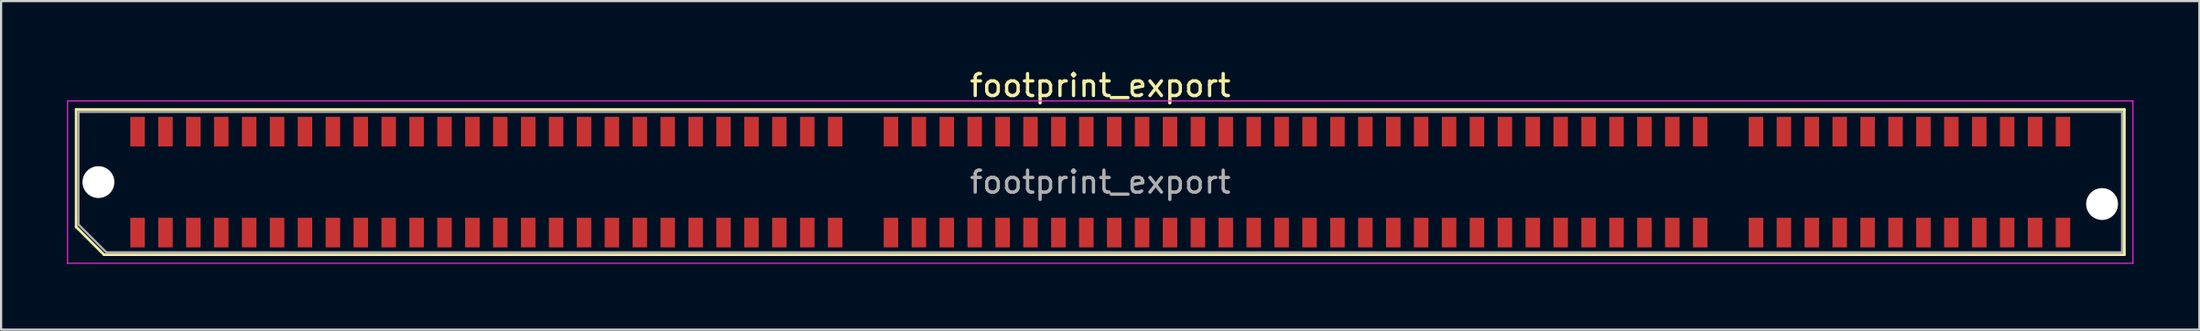
<source format=kicad_pcb>
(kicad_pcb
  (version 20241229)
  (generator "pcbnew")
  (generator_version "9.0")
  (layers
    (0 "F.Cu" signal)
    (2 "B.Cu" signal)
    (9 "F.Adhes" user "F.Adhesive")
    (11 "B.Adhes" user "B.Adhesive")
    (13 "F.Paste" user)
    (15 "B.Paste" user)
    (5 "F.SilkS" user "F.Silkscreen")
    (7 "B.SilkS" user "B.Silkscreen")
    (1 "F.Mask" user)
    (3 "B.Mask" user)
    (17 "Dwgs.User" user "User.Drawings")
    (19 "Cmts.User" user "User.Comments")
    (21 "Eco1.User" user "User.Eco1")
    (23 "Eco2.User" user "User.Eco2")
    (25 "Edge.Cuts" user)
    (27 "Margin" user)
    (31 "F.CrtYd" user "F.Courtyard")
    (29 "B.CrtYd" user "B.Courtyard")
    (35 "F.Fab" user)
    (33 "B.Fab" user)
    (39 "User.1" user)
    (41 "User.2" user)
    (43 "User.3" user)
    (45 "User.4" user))
  (footprint "footprint_export"
    (layer "F.Cu")
    (at 47.025 5.248)
    (property "Reference" "footprint_export" (at 0 -4.4 0) (layer "F.SilkS") (effects (font (size 1 1) (thickness 0.15))))
    (attr smd)
    (fp_line (start -46.61 -3.31) (end 46.61 -3.31) (stroke (width 0.12) (type solid)) (layer "F.SilkS"))
    (fp_line (start -46.61 2.04) (end -46.61 -3.31) (stroke (width 0.12) (type solid)) (layer "F.SilkS"))
    (fp_line (start -45.34 3.31) (end -46.61 2.04) (stroke (width 0.12) (type solid)) (layer "F.SilkS"))
    (fp_line (start -45.34 3.31) (end 46.61 3.31) (stroke (width 0.12) (type solid)) (layer "F.SilkS"))
    (fp_line (start 46.61 3.31) (end 46.61 -3.31) (stroke (width 0.12) (type solid)) (layer "F.SilkS"))
    (fp_line (start -47 -3.7) (end -47 3.7) (stroke (width 0.05) (type solid)) (layer "F.CrtYd"))
    (fp_line (start -47 3.7) (end 47 3.7) (stroke (width 0.05) (type solid)) (layer "F.CrtYd"))
    (fp_line (start 47 -3.7) (end -47 -3.7) (stroke (width 0.05) (type solid)) (layer "F.CrtYd"))
    (fp_line (start 47 3.7) (end 47 -3.7) (stroke (width 0.05) (type solid)) (layer "F.CrtYd"))
    (fp_line (start -46.505 -3.2) (end 46.505 -3.2) (stroke (width 0.1) (type solid)) (layer "F.Fab"))
    (fp_line (start -46.505 1.93) (end -46.505 -3.2) (stroke (width 0.1) (type solid)) (layer "F.Fab"))
    (fp_line (start -46.505 1.93) (end -45.235 3.2) (stroke (width 0.1) (type solid)) (layer "F.Fab"))
    (fp_line (start -45.235 3.2) (end 46.505 3.2) (stroke (width 0.1) (type solid)) (layer "F.Fab"))
    (fp_line (start 46.505 3.2) (end 46.505 -3.2) (stroke (width 0.1) (type solid)) (layer "F.Fab"))
    (fp_text user "${REFERENCE}" (at 0 0 0) (layer "F.Fab") (effects (font (size 1 1) (thickness 0.15))))
    (pad "" np_thru_hole circle (at -45.595 0) (size 1.45 1.45) (drill 1.45) (layers "*.Cu" "*.Mask"))
    (pad "" np_thru_hole circle (at 45.595 1) (size 1.45 1.45) (drill 1.45) (layers "*.Cu" "*.Mask"))
    (pad "1" smd rect (at -43.815 2.3) (size 0.66 1.35) (layers "F.Cu" "F.Mask" "F.Paste"))
    (pad "2" smd rect (at -43.815 -2.3) (size 0.66 1.35) (layers "F.Cu" "F.Mask" "F.Paste"))
    (pad "3" smd rect (at -42.545 2.3) (size 0.66 1.35) (layers "F.Cu" "F.Mask" "F.Paste"))
    (pad "4" smd rect (at -42.545 -2.3) (size 0.66 1.35) (layers "F.Cu" "F.Mask" "F.Paste"))
    (pad "5" smd rect (at -41.275 2.3) (size 0.66 1.35) (layers "F.Cu" "F.Mask" "F.Paste"))
    (pad "6" smd rect (at -41.275 -2.3) (size 0.66 1.35) (layers "F.Cu" "F.Mask" "F.Paste"))
    (pad "7" smd rect (at -40.005 2.3) (size 0.66 1.35) (layers "F.Cu" "F.Mask" "F.Paste"))
    (pad "8" smd rect (at -40.005 -2.3) (size 0.66 1.35) (layers "F.Cu" "F.Mask" "F.Paste"))
    (pad "9" smd rect (at -38.735 2.3) (size 0.66 1.35) (layers "F.Cu" "F.Mask" "F.Paste"))
    (pad "10" smd rect (at -38.735 -2.3) (size 0.66 1.35) (layers "F.Cu" "F.Mask" "F.Paste"))
    (pad "11" smd rect (at -37.465 2.3) (size 0.66 1.35) (layers "F.Cu" "F.Mask" "F.Paste"))
    (pad "12" smd rect (at -37.465 -2.3) (size 0.66 1.35) (layers "F.Cu" "F.Mask" "F.Paste"))
    (pad "13" smd rect (at -36.195 2.3) (size 0.66 1.35) (layers "F.Cu" "F.Mask" "F.Paste"))
    (pad "14" smd rect (at -36.195 -2.3) (size 0.66 1.35) (layers "F.Cu" "F.Mask" "F.Paste"))
    (pad "15" smd rect (at -34.925 2.3) (size 0.66 1.35) (layers "F.Cu" "F.Mask" "F.Paste"))
    (pad "16" smd rect (at -34.925 -2.3) (size 0.66 1.35) (layers "F.Cu" "F.Mask" "F.Paste"))
    (pad "17" smd rect (at -33.655 2.3) (size 0.66 1.35) (layers "F.Cu" "F.Mask" "F.Paste"))
    (pad "18" smd rect (at -33.655 -2.3) (size 0.66 1.35) (layers "F.Cu" "F.Mask" "F.Paste"))
    (pad "19" smd rect (at -32.385 2.3) (size 0.66 1.35) (layers "F.Cu" "F.Mask" "F.Paste"))
    (pad "20" smd rect (at -32.385 -2.3) (size 0.66 1.35) (layers "F.Cu" "F.Mask" "F.Paste"))
    (pad "21" smd rect (at -31.115 2.3) (size 0.66 1.35) (layers "F.Cu" "F.Mask" "F.Paste"))
    (pad "22" smd rect (at -31.115 -2.3) (size 0.66 1.35) (layers "F.Cu" "F.Mask" "F.Paste"))
    (pad "23" smd rect (at -29.845 2.3) (size 0.66 1.35) (layers "F.Cu" "F.Mask" "F.Paste"))
    (pad "24" smd rect (at -29.845 -2.3) (size 0.66 1.35) (layers "F.Cu" "F.Mask" "F.Paste"))
    (pad "25" smd rect (at -28.575 2.3) (size 0.66 1.35) (layers "F.Cu" "F.Mask" "F.Paste"))
    (pad "26" smd rect (at -28.575 -2.3) (size 0.66 1.35) (layers "F.Cu" "F.Mask" "F.Paste"))
    (pad "27" smd rect (at -27.305 2.3) (size 0.66 1.35) (layers "F.Cu" "F.Mask" "F.Paste"))
    (pad "28" smd rect (at -27.305 -2.3) (size 0.66 1.35) (layers "F.Cu" "F.Mask" "F.Paste"))
    (pad "29" smd rect (at -26.035 2.3) (size 0.66 1.35) (layers "F.Cu" "F.Mask" "F.Paste"))
    (pad "30" smd rect (at -26.035 -2.3) (size 0.66 1.35) (layers "F.Cu" "F.Mask" "F.Paste"))
    (pad "31" smd rect (at -24.765 2.3) (size 0.66 1.35) (layers "F.Cu" "F.Mask" "F.Paste"))
    (pad "32" smd rect (at -24.765 -2.3) (size 0.66 1.35) (layers "F.Cu" "F.Mask" "F.Paste"))
    (pad "33" smd rect (at -23.495 2.3) (size 0.66 1.35) (layers "F.Cu" "F.Mask" "F.Paste"))
    (pad "34" smd rect (at -23.495 -2.3) (size 0.66 1.35) (layers "F.Cu" "F.Mask" "F.Paste"))
    (pad "35" smd rect (at -22.225 2.3) (size 0.66 1.35) (layers "F.Cu" "F.Mask" "F.Paste"))
    (pad "36" smd rect (at -22.225 -2.3) (size 0.66 1.35) (layers "F.Cu" "F.Mask" "F.Paste"))
    (pad "37" smd rect (at -20.955 2.3) (size 0.66 1.35) (layers "F.Cu" "F.Mask" "F.Paste"))
    (pad "38" smd rect (at -20.955 -2.3) (size 0.66 1.35) (layers "F.Cu" "F.Mask" "F.Paste"))
    (pad "39" smd rect (at -19.685 2.3) (size 0.66 1.35) (layers "F.Cu" "F.Mask" "F.Paste"))
    (pad "40" smd rect (at -19.685 -2.3) (size 0.66 1.35) (layers "F.Cu" "F.Mask" "F.Paste"))
    (pad "41" smd rect (at -18.415 2.3) (size 0.66 1.35) (layers "F.Cu" "F.Mask" "F.Paste"))
    (pad "42" smd rect (at -18.415 -2.3) (size 0.66 1.35) (layers "F.Cu" "F.Mask" "F.Paste"))
    (pad "43" smd rect (at -17.145 2.3) (size 0.66 1.35) (layers "F.Cu" "F.Mask" "F.Paste"))
    (pad "44" smd rect (at -17.145 -2.3) (size 0.66 1.35) (layers "F.Cu" "F.Mask" "F.Paste"))
    (pad "45" smd rect (at -15.875 2.3) (size 0.66 1.35) (layers "F.Cu" "F.Mask" "F.Paste"))
    (pad "46" smd rect (at -15.875 -2.3) (size 0.66 1.35) (layers "F.Cu" "F.Mask" "F.Paste"))
    (pad "47" smd rect (at -14.605 2.3) (size 0.66 1.35) (layers "F.Cu" "F.Mask" "F.Paste"))
    (pad "48" smd rect (at -14.605 -2.3) (size 0.66 1.35) (layers "F.Cu" "F.Mask" "F.Paste"))
    (pad "49" smd rect (at -13.335 2.3) (size 0.66 1.35) (layers "F.Cu" "F.Mask" "F.Paste"))
    (pad "50" smd rect (at -13.335 -2.3) (size 0.66 1.35) (layers "F.Cu" "F.Mask" "F.Paste"))
    (pad "51" smd rect (at -12.065 2.3) (size 0.66 1.35) (layers "F.Cu" "F.Mask" "F.Paste"))
    (pad "52" smd rect (at -12.065 -2.3) (size 0.66 1.35) (layers "F.Cu" "F.Mask" "F.Paste"))
    (pad "55" smd rect (at -9.525 2.3) (size 0.66 1.35) (layers "F.Cu" "F.Mask" "F.Paste"))
    (pad "56" smd rect (at -9.525 -2.3) (size 0.66 1.35) (layers "F.Cu" "F.Mask" "F.Paste"))
    (pad "57" smd rect (at -8.255 2.3) (size 0.66 1.35) (layers "F.Cu" "F.Mask" "F.Paste"))
    (pad "58" smd rect (at -8.255 -2.3) (size 0.66 1.35) (layers "F.Cu" "F.Mask" "F.Paste"))
    (pad "59" smd rect (at -6.985 2.3) (size 0.66 1.35) (layers "F.Cu" "F.Mask" "F.Paste"))
    (pad "60" smd rect (at -6.985 -2.3) (size 0.66 1.35) (layers "F.Cu" "F.Mask" "F.Paste"))
    (pad "61" smd rect (at -5.715 2.3) (size 0.66 1.35) (layers "F.Cu" "F.Mask" "F.Paste"))
    (pad "62" smd rect (at -5.715 -2.3) (size 0.66 1.35) (layers "F.Cu" "F.Mask" "F.Paste"))
    (pad "63" smd rect (at -4.445 2.3) (size 0.66 1.35) (layers "F.Cu" "F.Mask" "F.Paste"))
    (pad "64" smd rect (at -4.445 -2.3) (size 0.66 1.35) (layers "F.Cu" "F.Mask" "F.Paste"))
    (pad "65" smd rect (at -3.175 2.3) (size 0.66 1.35) (layers "F.Cu" "F.Mask" "F.Paste"))
    (pad "66" smd rect (at -3.175 -2.3) (size 0.66 1.35) (layers "F.Cu" "F.Mask" "F.Paste"))
    (pad "67" smd rect (at -1.905 2.3) (size 0.66 1.35) (layers "F.Cu" "F.Mask" "F.Paste"))
    (pad "68" smd rect (at -1.905 -2.3) (size 0.66 1.35) (layers "F.Cu" "F.Mask" "F.Paste"))
    (pad "69" smd rect (at -0.635 2.3) (size 0.66 1.35) (layers "F.Cu" "F.Mask" "F.Paste"))
    (pad "70" smd rect (at -0.635 -2.3) (size 0.66 1.35) (layers "F.Cu" "F.Mask" "F.Paste"))
    (pad "71" smd rect (at 0.635 2.3) (size 0.66 1.35) (layers "F.Cu" "F.Mask" "F.Paste"))
    (pad "72" smd rect (at 0.635 -2.3) (size 0.66 1.35) (layers "F.Cu" "F.Mask" "F.Paste"))
    (pad "73" smd rect (at 1.905 2.3) (size 0.66 1.35) (layers "F.Cu" "F.Mask" "F.Paste"))
    (pad "74" smd rect (at 1.905 -2.3) (size 0.66 1.35) (layers "F.Cu" "F.Mask" "F.Paste"))
    (pad "75" smd rect (at 3.175 2.3) (size 0.66 1.35) (layers "F.Cu" "F.Mask" "F.Paste"))
    (pad "76" smd rect (at 3.175 -2.3) (size 0.66 1.35) (layers "F.Cu" "F.Mask" "F.Paste"))
    (pad "77" smd rect (at 4.445 2.3) (size 0.66 1.35) (layers "F.Cu" "F.Mask" "F.Paste"))
    (pad "78" smd rect (at 4.445 -2.3) (size 0.66 1.35) (layers "F.Cu" "F.Mask" "F.Paste"))
    (pad "79" smd rect (at 5.715 2.3) (size 0.66 1.35) (layers "F.Cu" "F.Mask" "F.Paste"))
    (pad "80" smd rect (at 5.715 -2.3) (size 0.66 1.35) (layers "F.Cu" "F.Mask" "F.Paste"))
    (pad "81" smd rect (at 6.985 2.3) (size 0.66 1.35) (layers "F.Cu" "F.Mask" "F.Paste"))
    (pad "82" smd rect (at 6.985 -2.3) (size 0.66 1.35) (layers "F.Cu" "F.Mask" "F.Paste"))
    (pad "83" smd rect (at 8.255 2.3) (size 0.66 1.35) (layers "F.Cu" "F.Mask" "F.Paste"))
    (pad "84" smd rect (at 8.255 -2.3) (size 0.66 1.35) (layers "F.Cu" "F.Mask" "F.Paste"))
    (pad "85" smd rect (at 9.525 2.3) (size 0.66 1.35) (layers "F.Cu" "F.Mask" "F.Paste"))
    (pad "86" smd rect (at 9.525 -2.3) (size 0.66 1.35) (layers "F.Cu" "F.Mask" "F.Paste"))
    (pad "87" smd rect (at 10.795 2.3) (size 0.66 1.35) (layers "F.Cu" "F.Mask" "F.Paste"))
    (pad "88" smd rect (at 10.795 -2.3) (size 0.66 1.35) (layers "F.Cu" "F.Mask" "F.Paste"))
    (pad "89" smd rect (at 12.065 2.3) (size 0.66 1.35) (layers "F.Cu" "F.Mask" "F.Paste"))
    (pad "90" smd rect (at 12.065 -2.3) (size 0.66 1.35) (layers "F.Cu" "F.Mask" "F.Paste"))
    (pad "91" smd rect (at 13.335 2.3) (size 0.66 1.35) (layers "F.Cu" "F.Mask" "F.Paste"))
    (pad "92" smd rect (at 13.335 -2.3) (size 0.66 1.35) (layers "F.Cu" "F.Mask" "F.Paste"))
    (pad "93" smd rect (at 14.605 2.3) (size 0.66 1.35) (layers "F.Cu" "F.Mask" "F.Paste"))
    (pad "94" smd rect (at 14.605 -2.3) (size 0.66 1.35) (layers "F.Cu" "F.Mask" "F.Paste"))
    (pad "95" smd rect (at 15.875 2.3) (size 0.66 1.35) (layers "F.Cu" "F.Mask" "F.Paste"))
    (pad "96" smd rect (at 15.875 -2.3) (size 0.66 1.35) (layers "F.Cu" "F.Mask" "F.Paste"))
    (pad "97" smd rect (at 17.145 2.3) (size 0.66 1.35) (layers "F.Cu" "F.Mask" "F.Paste"))
    (pad "98" smd rect (at 17.145 -2.3) (size 0.66 1.35) (layers "F.Cu" "F.Mask" "F.Paste"))
    (pad "99" smd rect (at 18.415 2.3) (size 0.66 1.35) (layers "F.Cu" "F.Mask" "F.Paste"))
    (pad "100" smd rect (at 18.415 -2.3) (size 0.66 1.35) (layers "F.Cu" "F.Mask" "F.Paste"))
    (pad "101" smd rect (at 19.685 2.3) (size 0.66 1.35) (layers "F.Cu" "F.Mask" "F.Paste"))
    (pad "102" smd rect (at 19.685 -2.3) (size 0.66 1.35) (layers "F.Cu" "F.Mask" "F.Paste"))
    (pad "103" smd rect (at 20.955 2.3) (size 0.66 1.35) (layers "F.Cu" "F.Mask" "F.Paste"))
    (pad "104" smd rect (at 20.955 -2.3) (size 0.66 1.35) (layers "F.Cu" "F.Mask" "F.Paste"))
    (pad "105" smd rect (at 22.225 2.3) (size 0.66 1.35) (layers "F.Cu" "F.Mask" "F.Paste"))
    (pad "106" smd rect (at 22.225 -2.3) (size 0.66 1.35) (layers "F.Cu" "F.Mask" "F.Paste"))
    (pad "107" smd rect (at 23.495 2.3) (size 0.66 1.35) (layers "F.Cu" "F.Mask" "F.Paste"))
    (pad "108" smd rect (at 23.495 -2.3) (size 0.66 1.35) (layers "F.Cu" "F.Mask" "F.Paste"))
    (pad "109" smd rect (at 24.765 2.3) (size 0.66 1.35) (layers "F.Cu" "F.Mask" "F.Paste"))
    (pad "110" smd rect (at 24.765 -2.3) (size 0.66 1.35) (layers "F.Cu" "F.Mask" "F.Paste"))
    (pad "111" smd rect (at 26.035 2.3) (size 0.66 1.35) (layers "F.Cu" "F.Mask" "F.Paste"))
    (pad "112" smd rect (at 26.035 -2.3) (size 0.66 1.35) (layers "F.Cu" "F.Mask" "F.Paste"))
    (pad "113" smd rect (at 27.305 2.3) (size 0.66 1.35) (layers "F.Cu" "F.Mask" "F.Paste"))
    (pad "114" smd rect (at 27.305 -2.3) (size 0.66 1.35) (layers "F.Cu" "F.Mask" "F.Paste"))
    (pad "117" smd rect (at 29.845 2.3) (size 0.66 1.35) (layers "F.Cu" "F.Mask" "F.Paste"))
    (pad "118" smd rect (at 29.845 -2.3) (size 0.66 1.35) (layers "F.Cu" "F.Mask" "F.Paste"))
    (pad "119" smd rect (at 31.115 2.3) (size 0.66 1.35) (layers "F.Cu" "F.Mask" "F.Paste"))
    (pad "120" smd rect (at 31.115 -2.3) (size 0.66 1.35) (layers "F.Cu" "F.Mask" "F.Paste"))
    (pad "121" smd rect (at 32.385 2.3) (size 0.66 1.35) (layers "F.Cu" "F.Mask" "F.Paste"))
    (pad "122" smd rect (at 32.385 -2.3) (size 0.66 1.35) (layers "F.Cu" "F.Mask" "F.Paste"))
    (pad "123" smd rect (at 33.655 2.3) (size 0.66 1.35) (layers "F.Cu" "F.Mask" "F.Paste"))
    (pad "124" smd rect (at 33.655 -2.3) (size 0.66 1.35) (layers "F.Cu" "F.Mask" "F.Paste"))
    (pad "125" smd rect (at 34.925 2.3) (size 0.66 1.35) (layers "F.Cu" "F.Mask" "F.Paste"))
    (pad "126" smd rect (at 34.925 -2.3) (size 0.66 1.35) (layers "F.Cu" "F.Mask" "F.Paste"))
    (pad "127" smd rect (at 36.195 2.3) (size 0.66 1.35) (layers "F.Cu" "F.Mask" "F.Paste"))
    (pad "128" smd rect (at 36.195 -2.3) (size 0.66 1.35) (layers "F.Cu" "F.Mask" "F.Paste"))
    (pad "129" smd rect (at 37.465 2.3) (size 0.66 1.35) (layers "F.Cu" "F.Mask" "F.Paste"))
    (pad "130" smd rect (at 37.465 -2.3) (size 0.66 1.35) (layers "F.Cu" "F.Mask" "F.Paste"))
    (pad "131" smd rect (at 38.735 2.3) (size 0.66 1.35) (layers "F.Cu" "F.Mask" "F.Paste"))
    (pad "132" smd rect (at 38.735 -2.3) (size 0.66 1.35) (layers "F.Cu" "F.Mask" "F.Paste"))
    (pad "133" smd rect (at 40.005 2.3) (size 0.66 1.35) (layers "F.Cu" "F.Mask" "F.Paste"))
    (pad "134" smd rect (at 40.005 -2.3) (size 0.66 1.35) (layers "F.Cu" "F.Mask" "F.Paste"))
    (pad "135" smd rect (at 41.275 2.3) (size 0.66 1.35) (layers "F.Cu" "F.Mask" "F.Paste"))
    (pad "136" smd rect (at 41.275 -2.3) (size 0.66 1.35) (layers "F.Cu" "F.Mask" "F.Paste"))
    (pad "137" smd rect (at 42.545 2.3) (size 0.66 1.35) (layers "F.Cu" "F.Mask" "F.Paste"))
    (pad "138" smd rect (at 42.545 -2.3) (size 0.66 1.35) (layers "F.Cu" "F.Mask" "F.Paste"))
    (pad "139" smd rect (at 43.815 2.3) (size 0.66 1.35) (layers "F.Cu" "F.Mask" "F.Paste"))
    (pad "140" smd rect (at 43.815 -2.3) (size 0.66 1.35) (layers "F.Cu" "F.Mask" "F.Paste")))
  (gr_rect
    (start -3 -3)
    (end 97.05 11.973)
    (stroke (width 0.1) (type default))
    (fill no)
    (layer "Edge.Cuts")))
</source>
